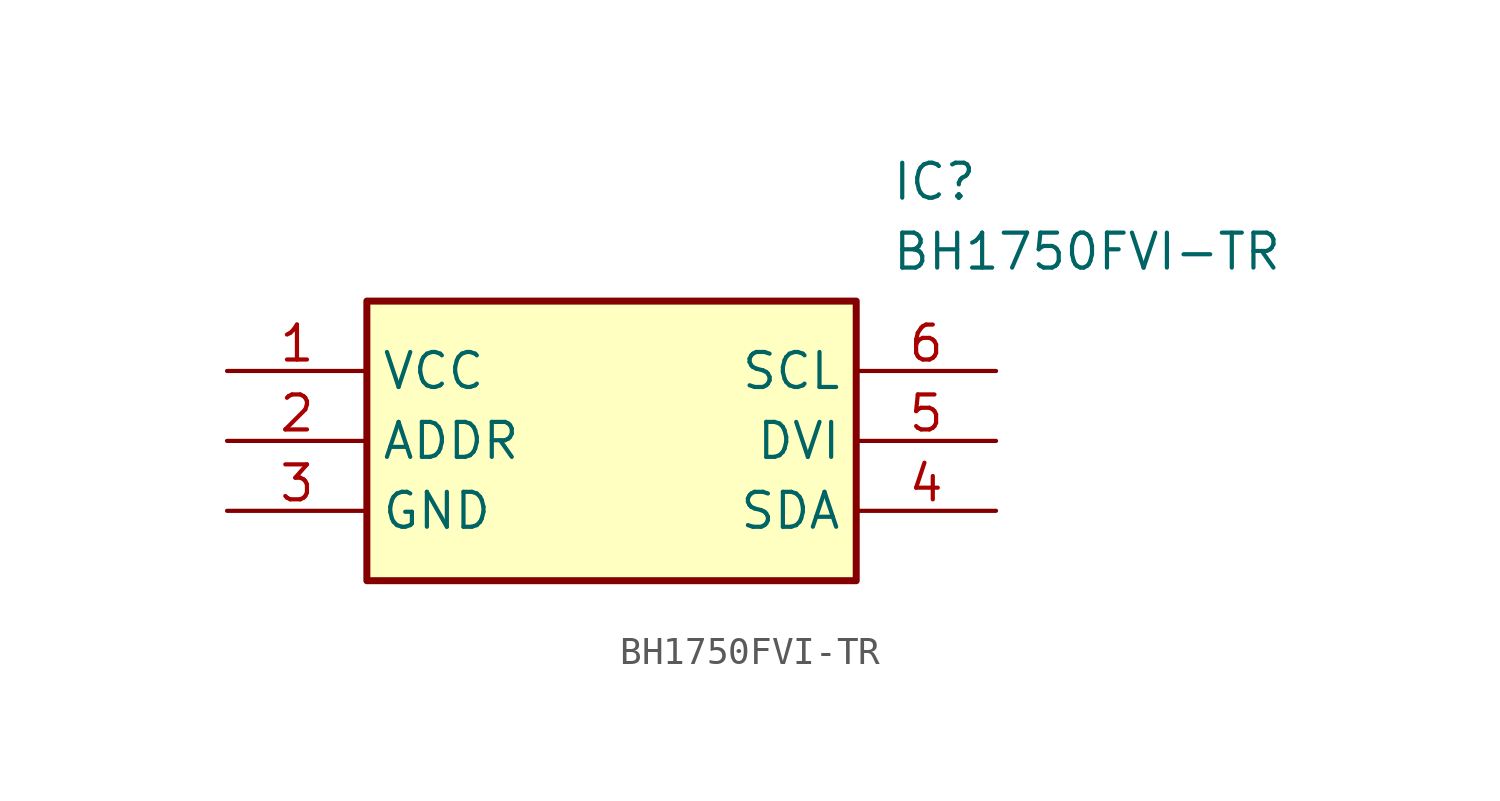
<source format=kicad_sym>
(kicad_symbol_lib
  (version 20211014)
  (generator SamacSys_ECAD_Model)
  (symbol "BH1750FVI-TR"
    (property "Reference" "IC"
      (at 24.13 7.62 0)
      (effects (font (size 1.27 1.27)) (justify left top)))
    (property "Value" "BH1750FVI-TR"
      (at 24.13 5.08 0)
      (effects (font (size 1.27 1.27)) (justify left top)))
    (rectangle
      (start 5.08 2.54)
      (end 22.86 -7.62)
      (stroke (width 0.254) (type default))
      (fill (type background)))
    (pin passive line
      (at 0 0 0)
      (length 5.08)
      (name "VCC" (effects (font (size 1.27 1.27))))
      (number "1" (effects (font (size 1.27 1.27)))))
    (pin passive line
      (at 0 -2.54 0)
      (length 5.08)
      (name "ADDR" (effects (font (size 1.27 1.27))))
      (number "2" (effects (font (size 1.27 1.27)))))
    (pin passive line
      (at 0 -5.08 0)
      (length 5.08)
      (name "GND" (effects (font (size 1.27 1.27))))
      (number "3" (effects (font (size 1.27 1.27)))))
    (pin passive line
      (at 27.94 -5.08 180)
      (length 5.08)
      (name "SDA" (effects (font (size 1.27 1.27))))
      (number "4" (effects (font (size 1.27 1.27)))))
    (pin passive line
      (at 27.94 -2.54 180)
      (length 5.08)
      (name "DVI" (effects (font (size 1.27 1.27))))
      (number "5" (effects (font (size 1.27 1.27)))))
    (pin passive line
      (at 27.94 0 180)
      (length 5.08)
      (name "SCL" (effects (font (size 1.27 1.27))))
      (number "6" (effects (font (size 1.27 1.27)))))))
</source>
